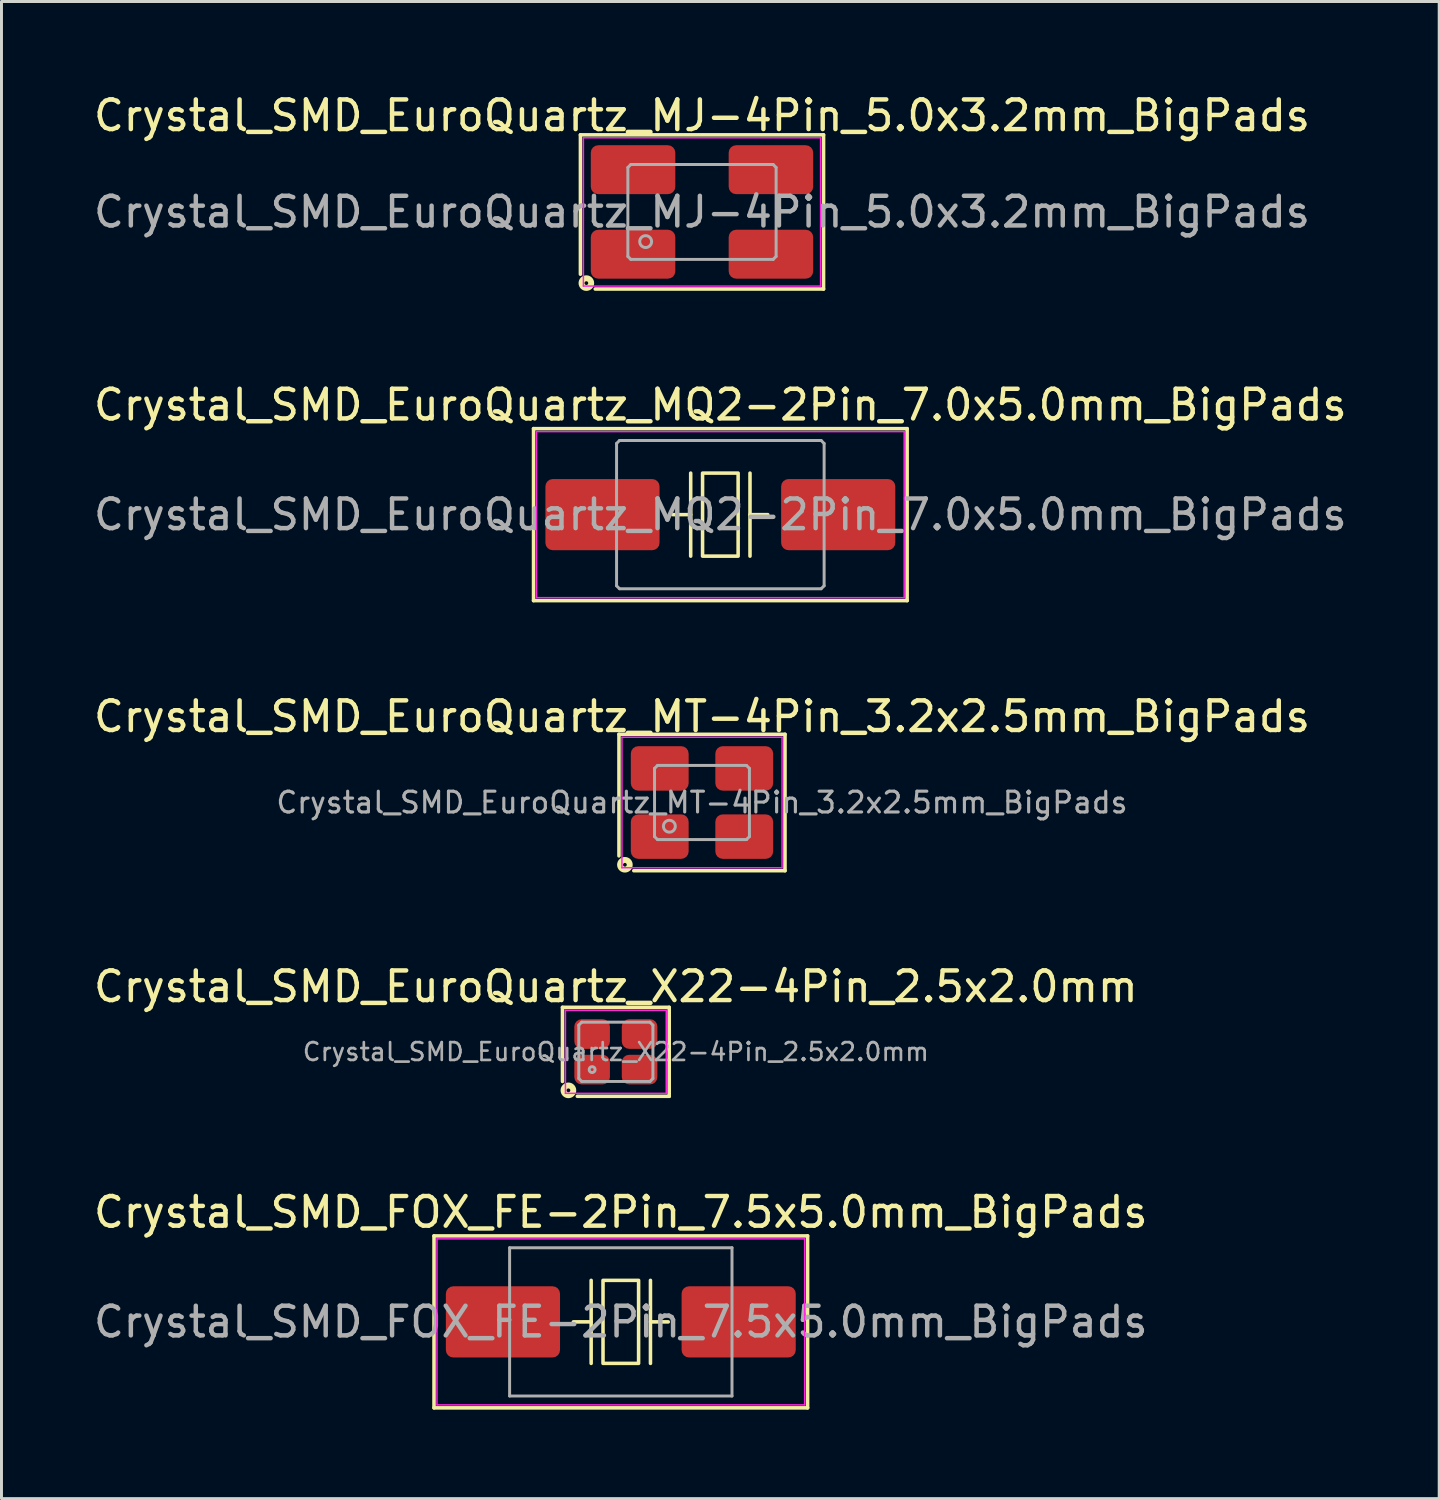
<source format=kicad_pcb>
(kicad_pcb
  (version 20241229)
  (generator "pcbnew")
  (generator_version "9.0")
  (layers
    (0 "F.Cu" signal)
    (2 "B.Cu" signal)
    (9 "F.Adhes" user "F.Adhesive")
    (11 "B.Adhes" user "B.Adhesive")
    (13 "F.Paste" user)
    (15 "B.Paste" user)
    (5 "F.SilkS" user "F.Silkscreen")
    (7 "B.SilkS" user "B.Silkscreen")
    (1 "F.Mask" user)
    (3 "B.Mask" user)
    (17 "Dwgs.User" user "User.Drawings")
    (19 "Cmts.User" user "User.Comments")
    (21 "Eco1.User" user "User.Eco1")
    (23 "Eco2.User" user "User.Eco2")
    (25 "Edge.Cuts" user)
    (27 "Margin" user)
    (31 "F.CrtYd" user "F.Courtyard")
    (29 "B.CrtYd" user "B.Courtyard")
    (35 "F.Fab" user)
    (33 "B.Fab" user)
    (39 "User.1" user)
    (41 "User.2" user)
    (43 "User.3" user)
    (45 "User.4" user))
  (footprint "Crystal_SMD_EuroQuartz_MJ-4Pin_5.0x3.2mm_BigPads"
    (layer "F.Cu")
    (at 20.625 4.098)
    (property "Reference" "Crystal_SMD_EuroQuartz_MJ-4Pin_5.0x3.2mm_BigPads" (at 0 -3.25 0) (layer "F.SilkS") (effects (font (size 1 1) (thickness 0.15))))
    (attr smd)
    (fp_line (start -4.1 -2.6) (end -4.1 2.1) (stroke (width 0.12) (type solid)) (layer "F.SilkS"))
    (fp_line (start -4.1 -2.6) (end 4.1 -2.6) (stroke (width 0.12) (type solid)) (layer "F.SilkS"))
    (fp_line (start 4.1 -2.6) (end 4.1 2.6) (stroke (width 0.12) (type solid)) (layer "F.SilkS"))
    (fp_line (start 4.1 2.6) (end -3.6 2.6) (stroke (width 0.12) (type solid)) (layer "F.SilkS"))
    (fp_circle (center -3.9 2.4) (end -3.837 2.4) (stroke (width 0.2) (type solid)) (fill no) (layer "F.SilkS"))
    (fp_line (start -4 -2.5) (end -4 2.5) (stroke (width 0.05) (type solid)) (layer "F.CrtYd"))
    (fp_line (start -4 2.5) (end 4 2.5) (stroke (width 0.05) (type solid)) (layer "F.CrtYd"))
    (fp_line (start 4 -2.5) (end -4 -2.5) (stroke (width 0.05) (type solid)) (layer "F.CrtYd"))
    (fp_line (start 4 2.5) (end 4 -2.5) (stroke (width 0.05) (type solid)) (layer "F.CrtYd"))
    (fp_line (start -2.5 -1.5) (end -2.4 -1.6) (stroke (width 0.1) (type solid)) (layer "F.Fab"))
    (fp_line (start -2.5 1.5) (end -2.5 -1.5) (stroke (width 0.1) (type solid)) (layer "F.Fab"))
    (fp_line (start -2.4 -1.6) (end 2.4 -1.6) (stroke (width 0.1) (type solid)) (layer "F.Fab"))
    (fp_line (start -2.4 1.6) (end -2.5 1.5) (stroke (width 0.1) (type solid)) (layer "F.Fab"))
    (fp_line (start 2.4 -1.6) (end 2.5 -1.5) (stroke (width 0.1) (type solid)) (layer "F.Fab"))
    (fp_line (start 2.4 1.6) (end -2.4 1.6) (stroke (width 0.1) (type solid)) (layer "F.Fab"))
    (fp_line (start 2.5 -1.5) (end 2.5 1.5) (stroke (width 0.1) (type solid)) (layer "F.Fab"))
    (fp_line (start 2.5 1.5) (end 2.4 1.6) (stroke (width 0.1) (type solid)) (layer "F.Fab"))
    (fp_circle (center -1.9 1) (end -1.7 1) (stroke (width 0.1) (type solid)) (fill no) (layer "F.Fab"))
    (fp_text user "${REFERENCE}" (at 0 0 0) (layer "F.Fab") (effects (font (size 1 1) (thickness 0.15))))
    (pad "1" smd roundrect (at -2.325 1.425) (size 2.85 1.65) (layers "F.Cu" "F.Mask" "F.Paste") (roundrect_rratio 0.152))
    (pad "2" smd roundrect (at 2.325 1.425) (size 2.85 1.65) (layers "F.Cu" "F.Mask" "F.Paste") (roundrect_rratio 0.152))
    (pad "3" smd roundrect (at 2.325 -1.425) (size 2.85 1.65) (layers "F.Cu" "F.Mask" "F.Paste") (roundrect_rratio 0.152))
    (pad "4" smd roundrect (at -2.325 -1.425) (size 2.85 1.65) (layers "F.Cu" "F.Mask" "F.Paste") (roundrect_rratio 0.152)))
  (footprint "Crystal_SMD_FOX_FE-2Pin_7.5x5.0mm_BigPads"
    (layer "F.Cu")
    (at 17.887 41.531)
    (property "Reference" "Crystal_SMD_FOX_FE-2Pin_7.5x5.0mm_BigPads" (at 0 -3.7 0) (layer "F.SilkS") (effects (font (size 1 1) (thickness 0.15))))
    (attr smd)
    (fp_line (start -6.3 -2.9) (end -6.3 2.9) (stroke (width 0.12) (type solid)) (layer "F.SilkS"))
    (fp_line (start -6.3 2.9) (end 6.3 2.9) (stroke (width 0.12) (type solid)) (layer "F.SilkS"))
    (fp_line (start -1 -1.4) (end -1 1.4) (stroke (width 0.12) (type solid)) (layer "F.SilkS"))
    (fp_line (start -1 0) (end -1.6 0) (stroke (width 0.12) (type solid)) (layer "F.SilkS"))
    (fp_line (start 1 -1.4) (end 1 1.4) (stroke (width 0.12) (type solid)) (layer "F.SilkS"))
    (fp_line (start 1 0) (end 1.6 0) (stroke (width 0.12) (type solid)) (layer "F.SilkS"))
    (fp_line (start 6.3 -2.9) (end -6.3 -2.9) (stroke (width 0.12) (type solid)) (layer "F.SilkS"))
    (fp_line (start 6.3 2.9) (end 6.3 -2.9) (stroke (width 0.12) (type solid)) (layer "F.SilkS"))
    (fp_rect (start -0.6 -1.4) (end 0.6 1.4) (stroke (width 0.12) (type solid)) (fill no) (layer "F.SilkS"))
    (fp_line (start -6.2 -2.8) (end -6.2 2.8) (stroke (width 0.05) (type solid)) (layer "F.CrtYd"))
    (fp_line (start -6.2 2.8) (end 6.2 2.8) (stroke (width 0.05) (type solid)) (layer "F.CrtYd"))
    (fp_line (start 6.2 -2.8) (end -6.2 -2.8) (stroke (width 0.05) (type solid)) (layer "F.CrtYd"))
    (fp_line (start 6.2 2.8) (end 6.2 -2.8) (stroke (width 0.05) (type solid)) (layer "F.CrtYd"))
    (fp_line (start -3.75 -2.5) (end -3.75 2.5) (stroke (width 0.1) (type solid)) (layer "F.Fab"))
    (fp_line (start -3.75 2.5) (end 3.75 2.5) (stroke (width 0.1) (type solid)) (layer "F.Fab"))
    (fp_line (start 3.75 -2.5) (end -3.75 -2.5) (stroke (width 0.1) (type solid)) (layer "F.Fab"))
    (fp_line (start 3.75 2.5) (end 3.75 -2.5) (stroke (width 0.1) (type solid)) (layer "F.Fab"))
    (fp_text user "${REFERENCE}" (at 0 0 0) (layer "F.Fab") (effects (font (size 1 1) (thickness 0.15))))
    (pad "1" smd roundrect (at -3.975 0) (size 3.85 2.4) (layers "F.Cu" "F.Mask" "F.Paste") (roundrect_rratio 0.104))
    (pad "2" smd roundrect (at 3.975 0) (size 3.85 2.4) (layers "F.Cu" "F.Mask" "F.Paste") (roundrect_rratio 0.104)))
  (footprint "Crystal_SMD_EuroQuartz_MQ2-2Pin_7.0x5.0mm_BigPads"
    (layer "F.Cu")
    (at 21.244 14.306)
    (property "Reference" "Crystal_SMD_EuroQuartz_MQ2-2Pin_7.0x5.0mm_BigPads" (at 0 -3.7 0) (layer "F.SilkS") (effects (font (size 1 1) (thickness 0.15))))
    (attr smd)
    (fp_line (start -6.3 -2.9) (end -6.3 2.9) (stroke (width 0.12) (type solid)) (layer "F.SilkS"))
    (fp_line (start -6.3 2.9) (end 6.3 2.9) (stroke (width 0.12) (type solid)) (layer "F.SilkS"))
    (fp_line (start -1 -1.4) (end -1 1.4) (stroke (width 0.12) (type solid)) (layer "F.SilkS"))
    (fp_line (start -1 0) (end -1.6 0) (stroke (width 0.12) (type solid)) (layer "F.SilkS"))
    (fp_line (start 1 -1.4) (end 1 1.4) (stroke (width 0.12) (type solid)) (layer "F.SilkS"))
    (fp_line (start 1 0) (end 1.6 0) (stroke (width 0.12) (type solid)) (layer "F.SilkS"))
    (fp_line (start 6.3 -2.9) (end -6.3 -2.9) (stroke (width 0.12) (type solid)) (layer "F.SilkS"))
    (fp_line (start 6.3 2.9) (end 6.3 -2.9) (stroke (width 0.12) (type solid)) (layer "F.SilkS"))
    (fp_rect (start -0.6 -1.4) (end 0.6 1.4) (stroke (width 0.12) (type solid)) (fill no) (layer "F.SilkS"))
    (fp_line (start -6.2 -2.8) (end -6.2 2.8) (stroke (width 0.05) (type solid)) (layer "F.CrtYd"))
    (fp_line (start -6.2 2.8) (end 6.2 2.8) (stroke (width 0.05) (type solid)) (layer "F.CrtYd"))
    (fp_line (start 6.2 -2.8) (end -6.2 -2.8) (stroke (width 0.05) (type solid)) (layer "F.CrtYd"))
    (fp_line (start 6.2 2.8) (end 6.2 -2.8) (stroke (width 0.05) (type solid)) (layer "F.CrtYd"))
    (fp_line (start -3.5 -2.4) (end -3.4 -2.5) (stroke (width 0.1) (type solid)) (layer "F.Fab"))
    (fp_line (start -3.5 2.4) (end -3.5 -2.4) (stroke (width 0.1) (type solid)) (layer "F.Fab"))
    (fp_line (start -3.4 -2.5) (end 3.4 -2.5) (stroke (width 0.1) (type solid)) (layer "F.Fab"))
    (fp_line (start -3.4 2.5) (end -3.5 2.4) (stroke (width 0.1) (type solid)) (layer "F.Fab"))
    (fp_line (start 3.4 -2.5) (end 3.5 -2.4) (stroke (width 0.1) (type solid)) (layer "F.Fab"))
    (fp_line (start 3.4 2.5) (end -3.4 2.5) (stroke (width 0.1) (type solid)) (layer "F.Fab"))
    (fp_line (start 3.5 -2.4) (end 3.5 2.4) (stroke (width 0.1) (type solid)) (layer "F.Fab"))
    (fp_line (start 3.5 2.4) (end 3.4 2.5) (stroke (width 0.1) (type solid)) (layer "F.Fab"))
    (fp_text user "${REFERENCE}" (at 0 0 0) (layer "F.Fab") (effects (font (size 1 1) (thickness 0.15))))
    (pad "1" smd roundrect (at -3.975 0) (size 3.85 2.4) (layers "F.Cu" "F.Mask" "F.Paste") (roundrect_rratio 0.104))
    (pad "2" smd roundrect (at 3.975 0) (size 3.85 2.4) (layers "F.Cu" "F.Mask" "F.Paste") (roundrect_rratio 0.104)))
  (footprint "Crystal_SMD_EuroQuartz_MT-4Pin_3.2x2.5mm_BigPads"
    (layer "F.Cu")
    (at 20.625 24.015)
    (property "Reference" "Crystal_SMD_EuroQuartz_MT-4Pin_3.2x2.5mm_BigPads" (at 0 -2.9 0) (layer "F.SilkS") (effects (font (size 1 1) (thickness 0.15))))
    (attr smd)
    (fp_line (start -2.8 -2.3) (end -2.8 1.8) (stroke (width 0.12) (type solid)) (layer "F.SilkS"))
    (fp_line (start -2.8 -2.3) (end 2.8 -2.3) (stroke (width 0.12) (type solid)) (layer "F.SilkS"))
    (fp_line (start 2.8 -2.3) (end 2.8 2.3) (stroke (width 0.12) (type solid)) (layer "F.SilkS"))
    (fp_line (start 2.8 2.3) (end -2.3 2.3) (stroke (width 0.12) (type solid)) (layer "F.SilkS"))
    (fp_circle (center -2.6 2.1) (end -2.537 2.1) (stroke (width 0.2) (type solid)) (fill no) (layer "F.SilkS"))
    (fp_line (start -2.7 -2.2) (end -2.7 2.2) (stroke (width 0.05) (type solid)) (layer "F.CrtYd"))
    (fp_line (start -2.7 2.2) (end 2.7 2.2) (stroke (width 0.05) (type solid)) (layer "F.CrtYd"))
    (fp_line (start 2.7 -2.2) (end -2.7 -2.2) (stroke (width 0.05) (type solid)) (layer "F.CrtYd"))
    (fp_line (start 2.7 2.2) (end 2.7 -2.2) (stroke (width 0.05) (type solid)) (layer "F.CrtYd"))
    (fp_line (start -1.6 -1.15) (end -1.5 -1.25) (stroke (width 0.1) (type solid)) (layer "F.Fab"))
    (fp_line (start -1.6 1.15) (end -1.6 -1.15) (stroke (width 0.1) (type solid)) (layer "F.Fab"))
    (fp_line (start -1.5 -1.25) (end 1.5 -1.25) (stroke (width 0.1) (type solid)) (layer "F.Fab"))
    (fp_line (start -1.5 1.25) (end -1.6 1.15) (stroke (width 0.1) (type solid)) (layer "F.Fab"))
    (fp_line (start 1.5 -1.25) (end 1.6 -1.15) (stroke (width 0.1) (type solid)) (layer "F.Fab"))
    (fp_line (start 1.5 1.25) (end -1.5 1.25) (stroke (width 0.1) (type solid)) (layer "F.Fab"))
    (fp_line (start 1.6 -1.15) (end 1.6 1.15) (stroke (width 0.1) (type solid)) (layer "F.Fab"))
    (fp_line (start 1.6 1.15) (end 1.5 1.25) (stroke (width 0.1) (type solid)) (layer "F.Fab"))
    (fp_circle (center -1.1 0.8) (end -0.9 0.8) (stroke (width 0.1) (type solid)) (fill no) (layer "F.Fab"))
    (fp_text user "${REFERENCE}" (at 0 0 0) (layer "F.Fab") (effects (font (size 0.7 0.7) (thickness 0.105))))
    (pad "1" smd roundrect (at -1.425 1.15) (size 1.95 1.5) (layers "F.Cu" "F.Mask" "F.Paste") (roundrect_rratio 0.167))
    (pad "2" smd roundrect (at 1.425 1.15) (size 1.95 1.5) (layers "F.Cu" "F.Mask" "F.Paste") (roundrect_rratio 0.167))
    (pad "3" smd roundrect (at 1.425 -1.15) (size 1.95 1.5) (layers "F.Cu" "F.Mask" "F.Paste") (roundrect_rratio 0.167))
    (pad "4" smd roundrect (at -1.425 -1.15) (size 1.95 1.5) (layers "F.Cu" "F.Mask" "F.Paste") (roundrect_rratio 0.167)))
  (footprint "Crystal_SMD_EuroQuartz_X22-4Pin_2.5x2.0mm"
    (layer "F.Cu")
    (at 17.72 32.423)
    (property "Reference" "Crystal_SMD_EuroQuartz_X22-4Pin_2.5x2.0mm" (at 0 -2.2 0) (layer "F.SilkS") (effects (font (size 1 1) (thickness 0.15))))
    (attr smd)
    (fp_line (start -1.8 -1.5) (end 1.8 -1.5) (stroke (width 0.12) (type solid)) (layer "F.SilkS"))
    (fp_line (start -1.8 1) (end -1.8 -1.5) (stroke (width 0.12) (type solid)) (layer "F.SilkS"))
    (fp_line (start 1.8 -1.5) (end 1.8 1.5) (stroke (width 0.12) (type solid)) (layer "F.SilkS"))
    (fp_line (start 1.8 1.5) (end -1.3 1.5) (stroke (width 0.12) (type solid)) (layer "F.SilkS"))
    (fp_circle (center -1.6 1.3) (end -1.536 1.3) (stroke (width 0.2) (type solid)) (fill no) (layer "F.SilkS"))
    (fp_line (start -1.7 -1.4) (end -1.7 1.4) (stroke (width 0.05) (type solid)) (layer "F.CrtYd"))
    (fp_line (start -1.7 1.4) (end 1.7 1.4) (stroke (width 0.05) (type solid)) (layer "F.CrtYd"))
    (fp_line (start 1.7 -1.4) (end -1.7 -1.4) (stroke (width 0.05) (type solid)) (layer "F.CrtYd"))
    (fp_line (start 1.7 1.4) (end 1.7 -1.4) (stroke (width 0.05) (type solid)) (layer "F.CrtYd"))
    (fp_line (start -1.25 -0.9) (end -1.15 -1) (stroke (width 0.1) (type solid)) (layer "F.Fab"))
    (fp_line (start -1.25 0.9) (end -1.25 -0.9) (stroke (width 0.1) (type solid)) (layer "F.Fab"))
    (fp_line (start -1.15 -1) (end 1.15 -1) (stroke (width 0.1) (type solid)) (layer "F.Fab"))
    (fp_line (start -1.15 1) (end -1.25 0.9) (stroke (width 0.1) (type solid)) (layer "F.Fab"))
    (fp_line (start 1.15 -1) (end 1.25 -0.9) (stroke (width 0.1) (type solid)) (layer "F.Fab"))
    (fp_line (start 1.15 1) (end -1.15 1) (stroke (width 0.1) (type solid)) (layer "F.Fab"))
    (fp_line (start 1.25 -0.9) (end 1.25 0.9) (stroke (width 0.1) (type solid)) (layer "F.Fab"))
    (fp_line (start 1.25 0.9) (end 1.15 1) (stroke (width 0.1) (type solid)) (layer "F.Fab"))
    (fp_circle (center -0.8 0.6) (end -0.7 0.6) (stroke (width 0.1) (type solid)) (fill no) (layer "F.Fab"))
    (fp_text user "${REFERENCE}" (at 0 0 0) (layer "F.Fab") (effects (font (size 0.6 0.6) (thickness 0.09))))
    (pad "1" smd roundrect (at -0.8 0.6) (size 1.2 1) (layers "F.Cu" "F.Mask" "F.Paste") (roundrect_rratio 0.25))
    (pad "2" smd roundrect (at 0.8 0.6) (size 1.2 1) (layers "F.Cu" "F.Mask" "F.Paste") (roundrect_rratio 0.25))
    (pad "3" smd roundrect (at 0.8 -0.6) (size 1.2 1) (layers "F.Cu" "F.Mask" "F.Paste") (roundrect_rratio 0.25))
    (pad "4" smd roundrect (at -0.8 -0.6) (size 1.2 1) (layers "F.Cu" "F.Mask" "F.Paste") (roundrect_rratio 0.25)))
  (gr_rect
    (start -3 -3)
    (end 45.488 47.491)
    (stroke (width 0.1) (type default))
    (fill no)
    (layer "Edge.Cuts")))
</source>
